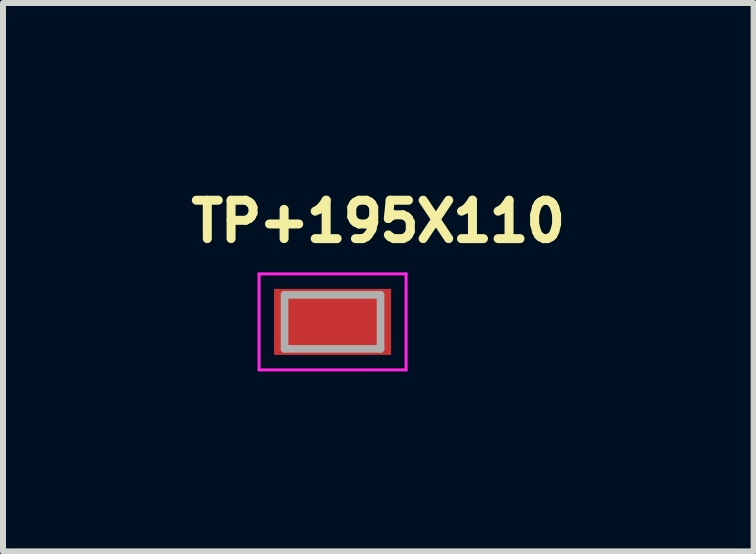
<source format=kicad_pcb>
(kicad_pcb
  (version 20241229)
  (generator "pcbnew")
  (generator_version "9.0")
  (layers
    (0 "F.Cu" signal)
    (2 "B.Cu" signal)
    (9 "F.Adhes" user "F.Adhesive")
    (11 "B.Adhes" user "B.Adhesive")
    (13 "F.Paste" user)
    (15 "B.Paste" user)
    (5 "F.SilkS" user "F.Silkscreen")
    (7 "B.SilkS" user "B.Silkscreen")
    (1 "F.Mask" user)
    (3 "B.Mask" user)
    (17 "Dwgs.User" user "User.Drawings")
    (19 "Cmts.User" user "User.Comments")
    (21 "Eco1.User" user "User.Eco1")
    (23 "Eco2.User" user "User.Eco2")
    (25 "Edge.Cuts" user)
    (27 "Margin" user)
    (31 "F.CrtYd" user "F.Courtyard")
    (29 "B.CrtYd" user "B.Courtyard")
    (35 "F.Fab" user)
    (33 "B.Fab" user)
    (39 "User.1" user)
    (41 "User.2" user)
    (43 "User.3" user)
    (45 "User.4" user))
  (footprint "TP+195X110"
    (layer "F.Cu")
    (at 2.492 2.314)
    (property "Reference" "TP+195X110" (at 0.762 -1.676 0) (layer "F.SilkS") (effects (font (size 0.64 0.64) (thickness 0.15))))
    (attr through_hole)
    (fp_line (start -1.225 -0.8) (end 1.225 -0.8) (stroke (width 0.05) (type solid)) (layer "F.CrtYd"))
    (fp_line (start -1.225 0.8) (end -1.225 -0.8) (stroke (width 0.05) (type solid)) (layer "F.CrtYd"))
    (fp_line (start 1.225 -0.8) (end 1.225 0.8) (stroke (width 0.05) (type solid)) (layer "F.CrtYd"))
    (fp_line (start 1.225 0.8) (end -1.225 0.8) (stroke (width 0.05) (type solid)) (layer "F.CrtYd"))
    (fp_line (start -0.8 -0.45) (end 0.8 -0.45) (stroke (width 0.127) (type solid)) (layer "F.Fab"))
    (fp_line (start -0.8 0.45) (end -0.8 -0.45) (stroke (width 0.127) (type solid)) (layer "F.Fab"))
    (fp_line (start 0.8 -0.45) (end 0.8 0.45) (stroke (width 0.127) (type solid)) (layer "F.Fab"))
    (fp_line (start 0.8 0.45) (end -0.8 0.45) (stroke (width 0.127) (type solid)) (layer "F.Fab"))
    (pad "1" smd rect (at 0 0) (size 1.95 1.1) (layers "F.Cu" "F.Mask" "F.Paste")))
  (gr_rect
    (start -3 -3)
    (end 9.509 6.139)
    (stroke (width 0.1) (type default))
    (fill no)
    (layer "Edge.Cuts")))
</source>
